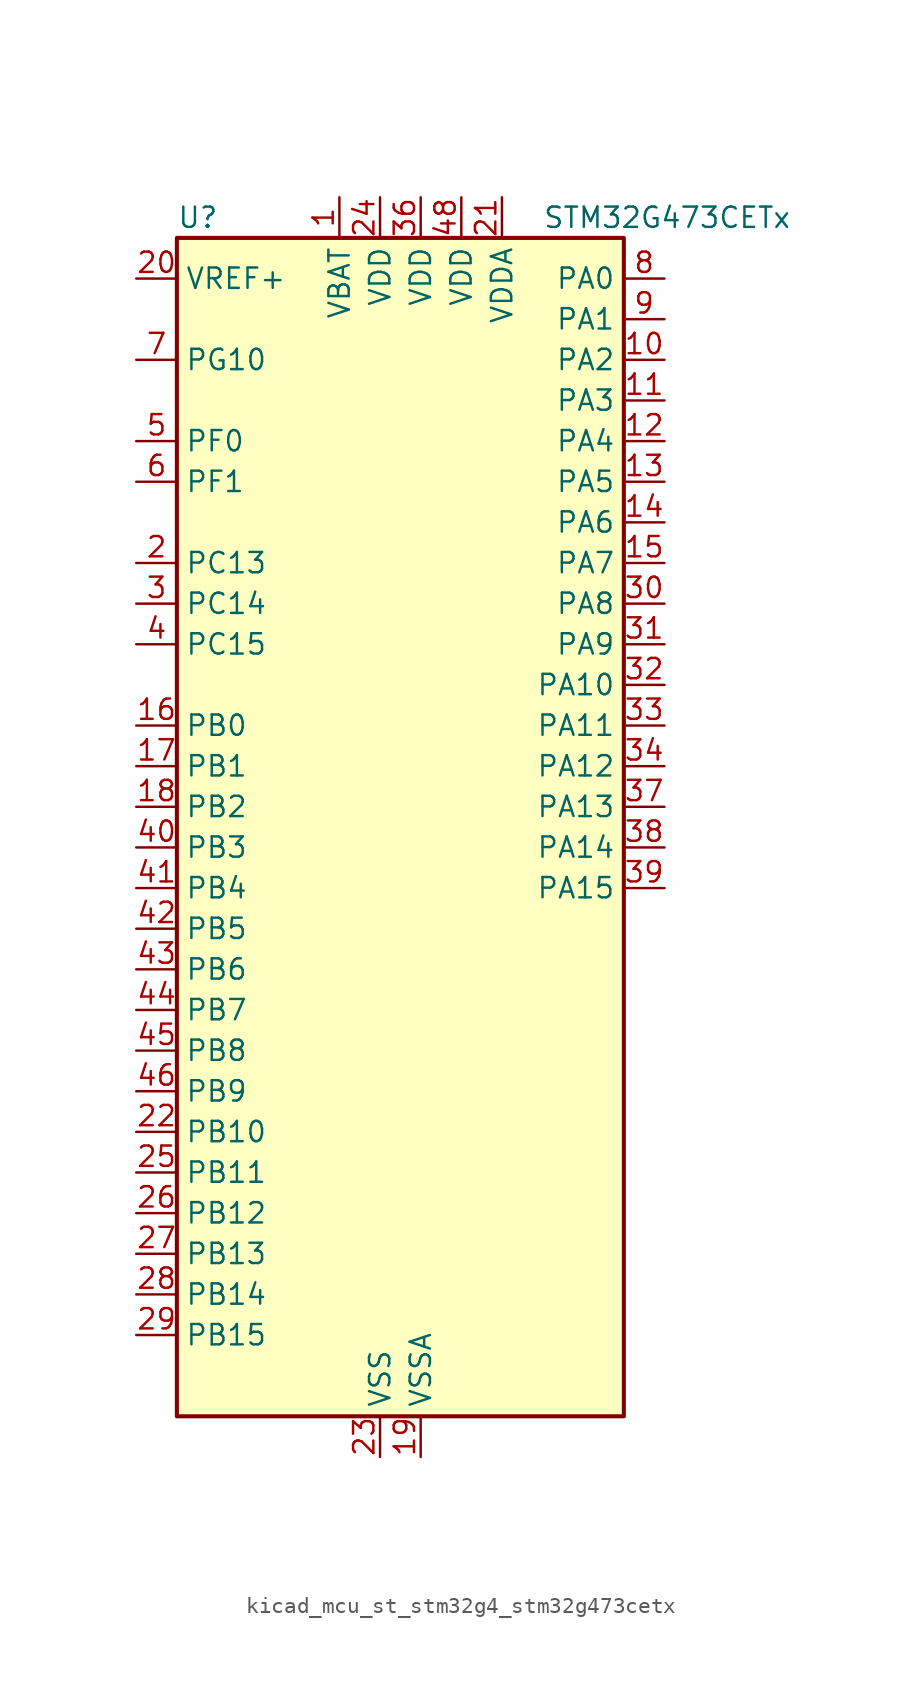
<source format=kicad_sym>
(kicad_symbol_lib
  (version 20220914)
  (generator kicad_symbol_editor)
  (symbol "kicad_mcu_st_stm32g4_stm32g473cetx"
    (property "Reference" "U"
      (at -12.7 39.37 0)
      (effects (font (size 1.27 1.27)) (justify left)))
    (property "Value" "STM32G473CETx"
      (at 10.16 39.37 0)
      (effects (font (size 1.27 1.27)) (justify left)))
    (property "ki_locked" ""
      (at 0 0 0)
      (effects (font (size 1.27 1.27))))
    (symbol "kicad_mcu_st_stm32g4_stm32g473cetx_0_1"
      (rectangle (start -12.7 -35.56) (end 15.24 38.1) (stroke (width 0.254) (type default)) (fill (type background))))
    (symbol "kicad_mcu_st_stm32g4_stm32g473cetx_1_1"
      (pin power_in line (at -2.54 40.64 270) (length 2.54) (name "VBAT" (effects (font (size 1.27 1.27)))) (number "1" (effects (font (size 1.27 1.27)))))
      (pin bidirectional line (at 17.78 30.48 180) (length 2.54) (name "PA2" (effects (font (size 1.27 1.27)))) (number "10" (effects (font (size 1.27 1.27)))) (alternate "ADC1_IN3" bidirectional line) (alternate "ADC3_EXTI2" bidirectional line) (alternate "ADC4_EXTI2" bidirectional line) (alternate "ADC5_EXTI2" bidirectional line) (alternate "COMP2_INM" bidirectional line) (alternate "COMP2_OUT" bidirectional line) (alternate "LPUART1_TX" bidirectional line) (alternate "OPAMP1_VOUT" bidirectional line) (alternate "QUADSPI1_BK1_NCS" bidirectional line) (alternate "RCC_LSCO" bidirectional line) (alternate "SYS_WKUP4" bidirectional line) (alternate "TIM15_CH1" bidirectional line) (alternate "TIM2_CH3" bidirectional line) (alternate "TIM5_CH3" bidirectional line) (alternate "UCPD1_FRSTX1" bidirectional line) (alternate "UCPD1_FRSTX2" bidirectional line) (alternate "USART2_TX" bidirectional line))
      (pin bidirectional line (at 17.78 27.94 180) (length 2.54) (name "PA3" (effects (font (size 1.27 1.27)))) (number "11" (effects (font (size 1.27 1.27)))) (alternate "ADC1_IN4" bidirectional line) (alternate "ADC3_EXTI3" bidirectional line) (alternate "ADC4_EXTI3" bidirectional line) (alternate "ADC5_EXTI3" bidirectional line) (alternate "COMP2_INP" bidirectional line) (alternate "LPUART1_RX" bidirectional line) (alternate "OPAMP1_VINM" bidirectional line) (alternate "OPAMP1_VINM0" bidirectional line) (alternate "OPAMP1_VINM_SEC" bidirectional line) (alternate "OPAMP1_VINP" bidirectional line) (alternate "OPAMP1_VINP_SEC" bidirectional line) (alternate "OPAMP5_VINM" bidirectional line) (alternate "OPAMP5_VINM1" bidirectional line) (alternate "OPAMP5_VINM_SEC" bidirectional line) (alternate "QUADSPI1_CLK" bidirectional line) (alternate "SAI1_CK1" bidirectional line) (alternate "SAI1_MCLK_A" bidirectional line) (alternate "TIM15_CH2" bidirectional line) (alternate "TIM2_CH4" bidirectional line) (alternate "TIM5_CH4" bidirectional line) (alternate "USART2_RX" bidirectional line))
      (pin bidirectional line (at 17.78 25.4 180) (length 2.54) (name "PA4" (effects (font (size 1.27 1.27)))) (number "12" (effects (font (size 1.27 1.27)))) (alternate "ADC2_IN17" bidirectional line) (alternate "COMP1_INM" bidirectional line) (alternate "DAC1_OUT1" bidirectional line) (alternate "I2S3_WS" bidirectional line) (alternate "SAI1_FS_B" bidirectional line) (alternate "SPI1_NSS" bidirectional line) (alternate "SPI3_NSS" bidirectional line) (alternate "TIM3_CH2" bidirectional line) (alternate "USART2_CK" bidirectional line))
      (pin bidirectional line (at 17.78 22.86 180) (length 2.54) (name "PA5" (effects (font (size 1.27 1.27)))) (number "13" (effects (font (size 1.27 1.27)))) (alternate "ADC2_IN13" bidirectional line) (alternate "COMP2_INM" bidirectional line) (alternate "DAC1_OUT2" bidirectional line) (alternate "OPAMP2_VINM" bidirectional line) (alternate "OPAMP2_VINM0" bidirectional line) (alternate "OPAMP2_VINM_SEC" bidirectional line) (alternate "SPI1_SCK" bidirectional line) (alternate "TIM2_CH1" bidirectional line) (alternate "TIM2_ETR" bidirectional line) (alternate "UCPD1_FRSTX1" bidirectional line) (alternate "UCPD1_FRSTX2" bidirectional line))
      (pin bidirectional line (at 17.78 20.32 180) (length 2.54) (name "PA6" (effects (font (size 1.27 1.27)))) (number "14" (effects (font (size 1.27 1.27)))) (alternate "ADC2_IN3" bidirectional line) (alternate "COMP1_OUT" bidirectional line) (alternate "DAC2_OUT1" bidirectional line) (alternate "LPUART1_CTS" bidirectional line) (alternate "OPAMP2_VOUT" bidirectional line) (alternate "QUADSPI1_BK1_IO3" bidirectional line) (alternate "SPI1_MISO" bidirectional line) (alternate "TIM16_CH1" bidirectional line) (alternate "TIM1_BKIN" bidirectional line) (alternate "TIM3_CH1" bidirectional line) (alternate "TIM8_BKIN" bidirectional line))
      (pin bidirectional line (at 17.78 17.78 180) (length 2.54) (name "PA7" (effects (font (size 1.27 1.27)))) (number "15" (effects (font (size 1.27 1.27)))) (alternate "ADC2_IN4" bidirectional line) (alternate "COMP2_INP" bidirectional line) (alternate "COMP2_OUT" bidirectional line) (alternate "OPAMP1_VINP" bidirectional line) (alternate "OPAMP1_VINP_SEC" bidirectional line) (alternate "OPAMP2_VINP" bidirectional line) (alternate "OPAMP2_VINP_SEC" bidirectional line) (alternate "QUADSPI1_BK1_IO2" bidirectional line) (alternate "SPI1_MOSI" bidirectional line) (alternate "TIM17_CH1" bidirectional line) (alternate "TIM1_CH1N" bidirectional line) (alternate "TIM3_CH2" bidirectional line) (alternate "TIM8_CH1N" bidirectional line) (alternate "UCPD1_FRSTX1" bidirectional line) (alternate "UCPD1_FRSTX2" bidirectional line))
      (pin bidirectional line (at -15.24 7.62 0) (length 2.54) (name "PB0" (effects (font (size 1.27 1.27)))) (number "16" (effects (font (size 1.27 1.27)))) (alternate "ADC1_IN15" bidirectional line) (alternate "ADC3_IN12" bidirectional line) (alternate "COMP4_INP" bidirectional line) (alternate "OPAMP2_VINP" bidirectional line) (alternate "OPAMP2_VINP_SEC" bidirectional line) (alternate "OPAMP3_VINP" bidirectional line) (alternate "OPAMP3_VINP_SEC" bidirectional line) (alternate "QUADSPI1_BK1_IO1" bidirectional line) (alternate "TIM1_CH2N" bidirectional line) (alternate "TIM3_CH3" bidirectional line) (alternate "TIM8_CH2N" bidirectional line) (alternate "UCPD1_FRSTX1" bidirectional line) (alternate "UCPD1_FRSTX2" bidirectional line))
      (pin bidirectional line (at -15.24 5.08 0) (length 2.54) (name "PB1" (effects (font (size 1.27 1.27)))) (number "17" (effects (font (size 1.27 1.27)))) (alternate "ADC1_IN12" bidirectional line) (alternate "ADC3_IN1" bidirectional line) (alternate "COMP1_INP" bidirectional line) (alternate "COMP4_OUT" bidirectional line) (alternate "LPUART1_DE" bidirectional line) (alternate "LPUART1_RTS" bidirectional line) (alternate "OPAMP3_VOUT" bidirectional line) (alternate "OPAMP6_VINM" bidirectional line) (alternate "OPAMP6_VINM1" bidirectional line) (alternate "OPAMP6_VINM_SEC" bidirectional line) (alternate "QUADSPI1_BK1_IO0" bidirectional line) (alternate "TIM1_CH3N" bidirectional line) (alternate "TIM3_CH4" bidirectional line) (alternate "TIM8_CH3N" bidirectional line))
      (pin bidirectional line (at -15.24 2.54 0) (length 2.54) (name "PB2" (effects (font (size 1.27 1.27)))) (number "18" (effects (font (size 1.27 1.27)))) (alternate "ADC2_IN12" bidirectional line) (alternate "ADC3_EXTI2" bidirectional line) (alternate "ADC4_EXTI2" bidirectional line) (alternate "ADC5_EXTI2" bidirectional line) (alternate "COMP4_INM" bidirectional line) (alternate "I2C3_SMBA" bidirectional line) (alternate "LPTIM1_OUT" bidirectional line) (alternate "OPAMP3_VINM" bidirectional line) (alternate "OPAMP3_VINM0" bidirectional line) (alternate "OPAMP3_VINM_SEC" bidirectional line) (alternate "QUADSPI1_BK2_IO1" bidirectional line) (alternate "RTC_OUT2" bidirectional line) (alternate "TIM20_CH1" bidirectional line) (alternate "TIM5_CH1" bidirectional line))
      (pin power_in line (at 2.54 -38.1 90) (length 2.54) (name "VSSA" (effects (font (size 1.27 1.27)))) (number "19" (effects (font (size 1.27 1.27)))))
      (pin bidirectional line (at -15.24 17.78 0) (length 2.54) (name "PC13" (effects (font (size 1.27 1.27)))) (number "2" (effects (font (size 1.27 1.27)))) (alternate "RTC_OUT1" bidirectional line) (alternate "RTC_TAMP1" bidirectional line) (alternate "RTC_TS" bidirectional line) (alternate "SYS_WKUP2" bidirectional line) (alternate "TIM1_BKIN" bidirectional line) (alternate "TIM1_CH1N" bidirectional line) (alternate "TIM8_CH4N" bidirectional line))
      (pin input line (at -15.24 35.56 0) (length 2.54) (name "VREF+" (effects (font (size 1.27 1.27)))) (number "20" (effects (font (size 1.27 1.27)))) (alternate "VREFBUF_OUT" bidirectional line))
      (pin power_in line (at 7.62 40.64 270) (length 2.54) (name "VDDA" (effects (font (size 1.27 1.27)))) (number "21" (effects (font (size 1.27 1.27)))))
      (pin bidirectional line (at -15.24 -17.78 0) (length 2.54) (name "PB10" (effects (font (size 1.27 1.27)))) (number "22" (effects (font (size 1.27 1.27)))) (alternate "COMP5_INM" bidirectional line) (alternate "DAC1_EXTI10" bidirectional line) (alternate "DAC2_EXTI10" bidirectional line) (alternate "DAC3_EXTI10" bidirectional line) (alternate "DAC4_EXTI10" bidirectional line) (alternate "LPUART1_RX" bidirectional line) (alternate "OPAMP3_VINM" bidirectional line) (alternate "OPAMP3_VINM1" bidirectional line) (alternate "OPAMP3_VINM_SEC" bidirectional line) (alternate "OPAMP4_VINM" bidirectional line) (alternate "OPAMP4_VINM0" bidirectional line) (alternate "OPAMP4_VINM_SEC" bidirectional line) (alternate "QUADSPI1_CLK" bidirectional line) (alternate "SAI1_SCK_A" bidirectional line) (alternate "TIM1_BKIN" bidirectional line) (alternate "TIM2_CH3" bidirectional line) (alternate "USART3_TX" bidirectional line))
      (pin power_in line (at 0 -38.1 90) (length 2.54) (name "VSS" (effects (font (size 1.27 1.27)))) (number "23" (effects (font (size 1.27 1.27)))))
      (pin power_in line (at 0 40.64 270) (length 2.54) (name "VDD" (effects (font (size 1.27 1.27)))) (number "24" (effects (font (size 1.27 1.27)))))
      (pin bidirectional line (at -15.24 -20.32 0) (length 2.54) (name "PB11" (effects (font (size 1.27 1.27)))) (number "25" (effects (font (size 1.27 1.27)))) (alternate "ADC1_EXTI11" bidirectional line) (alternate "ADC1_IN14" bidirectional line) (alternate "ADC2_EXTI11" bidirectional line) (alternate "ADC2_IN14" bidirectional line) (alternate "COMP6_INP" bidirectional line) (alternate "LPUART1_TX" bidirectional line) (alternate "OPAMP4_VINP" bidirectional line) (alternate "OPAMP4_VINP_SEC" bidirectional line) (alternate "OPAMP6_VOUT" bidirectional line) (alternate "QUADSPI1_BK1_NCS" bidirectional line) (alternate "TIM2_CH4" bidirectional line) (alternate "USART3_RX" bidirectional line))
      (pin bidirectional line (at -15.24 -22.86 0) (length 2.54) (name "PB12" (effects (font (size 1.27 1.27)))) (number "26" (effects (font (size 1.27 1.27)))) (alternate "ADC1_IN11" bidirectional line) (alternate "ADC4_IN3" bidirectional line) (alternate "COMP7_INM" bidirectional line) (alternate "FDCAN2_RX" bidirectional line) (alternate "I2C2_SMBA" bidirectional line) (alternate "I2S2_WS" bidirectional line) (alternate "LPUART1_DE" bidirectional line) (alternate "LPUART1_RTS" bidirectional line) (alternate "OPAMP4_VOUT" bidirectional line) (alternate "OPAMP6_VINP" bidirectional line) (alternate "OPAMP6_VINP_SEC" bidirectional line) (alternate "SPI2_NSS" bidirectional line) (alternate "TIM1_BKIN" bidirectional line) (alternate "TIM5_ETR" bidirectional line) (alternate "USART3_CK" bidirectional line))
      (pin bidirectional line (at -15.24 -25.4 0) (length 2.54) (name "PB13" (effects (font (size 1.27 1.27)))) (number "27" (effects (font (size 1.27 1.27)))) (alternate "ADC3_IN5" bidirectional line) (alternate "COMP5_INP" bidirectional line) (alternate "FDCAN2_TX" bidirectional line) (alternate "I2S2_CK" bidirectional line) (alternate "LPUART1_CTS" bidirectional line) (alternate "OPAMP3_VINP" bidirectional line) (alternate "OPAMP3_VINP_SEC" bidirectional line) (alternate "OPAMP4_VINP" bidirectional line) (alternate "OPAMP4_VINP_SEC" bidirectional line) (alternate "OPAMP6_VINP" bidirectional line) (alternate "OPAMP6_VINP_SEC" bidirectional line) (alternate "SPI2_SCK" bidirectional line) (alternate "TIM1_CH1N" bidirectional line) (alternate "USART3_CTS" bidirectional line) (alternate "USART3_NSS" bidirectional line))
      (pin bidirectional line (at -15.24 -27.94 0) (length 2.54) (name "PB14" (effects (font (size 1.27 1.27)))) (number "28" (effects (font (size 1.27 1.27)))) (alternate "ADC1_IN5" bidirectional line) (alternate "ADC4_IN4" bidirectional line) (alternate "COMP4_OUT" bidirectional line) (alternate "COMP7_INP" bidirectional line) (alternate "OPAMP2_VINP" bidirectional line) (alternate "OPAMP2_VINP_SEC" bidirectional line) (alternate "OPAMP5_VINP" bidirectional line) (alternate "OPAMP5_VINP_SEC" bidirectional line) (alternate "SPI2_MISO" bidirectional line) (alternate "TIM15_CH1" bidirectional line) (alternate "TIM1_CH2N" bidirectional line) (alternate "USART3_DE" bidirectional line) (alternate "USART3_RTS" bidirectional line))
      (pin bidirectional line (at -15.24 -30.48 0) (length 2.54) (name "PB15" (effects (font (size 1.27 1.27)))) (number "29" (effects (font (size 1.27 1.27)))) (alternate "ADC1_EXTI15" bidirectional line) (alternate "ADC2_EXTI15" bidirectional line) (alternate "ADC2_IN15" bidirectional line) (alternate "ADC4_IN5" bidirectional line) (alternate "COMP3_OUT" bidirectional line) (alternate "COMP6_INM" bidirectional line) (alternate "I2S2_SD" bidirectional line) (alternate "OPAMP5_VINM" bidirectional line) (alternate "OPAMP5_VINM0" bidirectional line) (alternate "OPAMP5_VINM_SEC" bidirectional line) (alternate "RTC_REFIN" bidirectional line) (alternate "SPI2_MOSI" bidirectional line) (alternate "TIM15_CH1N" bidirectional line) (alternate "TIM15_CH2" bidirectional line) (alternate "TIM1_CH3N" bidirectional line))
      (pin bidirectional line (at -15.24 15.24 0) (length 2.54) (name "PC14" (effects (font (size 1.27 1.27)))) (number "3" (effects (font (size 1.27 1.27)))) (alternate "RCC_OSC32_IN" bidirectional line))
      (pin bidirectional line (at 17.78 15.24 180) (length 2.54) (name "PA8" (effects (font (size 1.27 1.27)))) (number "30" (effects (font (size 1.27 1.27)))) (alternate "ADC5_IN1" bidirectional line) (alternate "COMP7_OUT" bidirectional line) (alternate "FDCAN3_RX" bidirectional line) (alternate "I2C2_SDA" bidirectional line) (alternate "I2C3_SCL" bidirectional line) (alternate "I2S2_MCK" bidirectional line) (alternate "OPAMP5_VOUT" bidirectional line) (alternate "RCC_MCO" bidirectional line) (alternate "SAI1_CK2" bidirectional line) (alternate "SAI1_SCK_A" bidirectional line) (alternate "TIM1_CH1" bidirectional line) (alternate "TIM4_ETR" bidirectional line) (alternate "USART1_CK" bidirectional line))
      (pin bidirectional line (at 17.78 12.7 180) (length 2.54) (name "PA9" (effects (font (size 1.27 1.27)))) (number "31" (effects (font (size 1.27 1.27)))) (alternate "ADC5_IN2" bidirectional line) (alternate "COMP5_OUT" bidirectional line) (alternate "DAC1_EXTI9" bidirectional line) (alternate "DAC2_EXTI9" bidirectional line) (alternate "DAC3_EXTI9" bidirectional line) (alternate "DAC4_EXTI9" bidirectional line) (alternate "I2C2_SCL" bidirectional line) (alternate "I2C3_SMBA" bidirectional line) (alternate "I2S3_MCK" bidirectional line) (alternate "SAI1_FS_A" bidirectional line) (alternate "TIM15_BKIN" bidirectional line) (alternate "TIM1_CH2" bidirectional line) (alternate "TIM2_CH3" bidirectional line) (alternate "UCPD1_DBCC1" bidirectional line) (alternate "USART1_TX" bidirectional line))
      (pin bidirectional line (at 17.78 10.16 180) (length 2.54) (name "PA10" (effects (font (size 1.27 1.27)))) (number "32" (effects (font (size 1.27 1.27)))) (alternate "COMP6_OUT" bidirectional line) (alternate "CRS_SYNC" bidirectional line) (alternate "DAC1_EXTI10" bidirectional line) (alternate "DAC2_EXTI10" bidirectional line) (alternate "DAC3_EXTI10" bidirectional line) (alternate "DAC4_EXTI10" bidirectional line) (alternate "I2C2_SMBA" bidirectional line) (alternate "SAI1_D1" bidirectional line) (alternate "SAI1_SD_A" bidirectional line) (alternate "SPI2_MISO" bidirectional line) (alternate "TIM17_BKIN" bidirectional line) (alternate "TIM1_CH3" bidirectional line) (alternate "TIM2_CH4" bidirectional line) (alternate "TIM8_BKIN" bidirectional line) (alternate "UCPD1_DBCC2" bidirectional line) (alternate "USART1_RX" bidirectional line))
      (pin bidirectional line (at 17.78 7.62 180) (length 2.54) (name "PA11" (effects (font (size 1.27 1.27)))) (number "33" (effects (font (size 1.27 1.27)))) (alternate "ADC1_EXTI11" bidirectional line) (alternate "ADC2_EXTI11" bidirectional line) (alternate "COMP1_OUT" bidirectional line) (alternate "FDCAN1_RX" bidirectional line) (alternate "I2S2_SD" bidirectional line) (alternate "SPI2_MOSI" bidirectional line) (alternate "TIM1_BKIN2" bidirectional line) (alternate "TIM1_CH1N" bidirectional line) (alternate "TIM1_CH4" bidirectional line) (alternate "TIM4_CH1" bidirectional line) (alternate "USART1_CTS" bidirectional line) (alternate "USART1_NSS" bidirectional line) (alternate "USB_DM" bidirectional line))
      (pin bidirectional line (at 17.78 5.08 180) (length 2.54) (name "PA12" (effects (font (size 1.27 1.27)))) (number "34" (effects (font (size 1.27 1.27)))) (alternate "COMP2_OUT" bidirectional line) (alternate "FDCAN1_TX" bidirectional line) (alternate "I2S_CKIN" bidirectional line) (alternate "TIM16_CH1" bidirectional line) (alternate "TIM1_CH2N" bidirectional line) (alternate "TIM1_ETR" bidirectional line) (alternate "TIM4_CH2" bidirectional line) (alternate "USART1_DE" bidirectional line) (alternate "USART1_RTS" bidirectional line) (alternate "USB_DP" bidirectional line))
      (pin passive line (at 0 -38.1 90) (length 2.54) hide (name "VSS" (effects (font (size 1.27 1.27)))) (number "35" (effects (font (size 1.27 1.27)))))
      (pin power_in line (at 2.54 40.64 270) (length 2.54) (name "VDD" (effects (font (size 1.27 1.27)))) (number "36" (effects (font (size 1.27 1.27)))))
      (pin bidirectional line (at 17.78 2.54 180) (length 2.54) (name "PA13" (effects (font (size 1.27 1.27)))) (number "37" (effects (font (size 1.27 1.27)))) (alternate "I2C1_SCL" bidirectional line) (alternate "I2C4_SCL" bidirectional line) (alternate "IR_OUT" bidirectional line) (alternate "SAI1_SD_B" bidirectional line) (alternate "SYS_JTMS-SWDIO" bidirectional line) (alternate "TIM16_CH1N" bidirectional line) (alternate "TIM4_CH3" bidirectional line) (alternate "USART3_CTS" bidirectional line) (alternate "USART3_NSS" bidirectional line))
      (pin bidirectional line (at 17.78 0 180) (length 2.54) (name "PA14" (effects (font (size 1.27 1.27)))) (number "38" (effects (font (size 1.27 1.27)))) (alternate "I2C1_SDA" bidirectional line) (alternate "I2C4_SMBA" bidirectional line) (alternate "LPTIM1_OUT" bidirectional line) (alternate "SAI1_FS_B" bidirectional line) (alternate "SYS_JTCK-SWCLK" bidirectional line) (alternate "TIM1_BKIN" bidirectional line) (alternate "TIM8_CH2" bidirectional line) (alternate "USART2_TX" bidirectional line))
      (pin bidirectional line (at 17.78 -2.54 180) (length 2.54) (name "PA15" (effects (font (size 1.27 1.27)))) (number "39" (effects (font (size 1.27 1.27)))) (alternate "ADC1_EXTI15" bidirectional line) (alternate "ADC2_EXTI15" bidirectional line) (alternate "FDCAN3_TX" bidirectional line) (alternate "I2C1_SCL" bidirectional line) (alternate "I2S3_WS" bidirectional line) (alternate "SPI1_NSS" bidirectional line) (alternate "SPI3_NSS" bidirectional line) (alternate "SYS_JTDI" bidirectional line) (alternate "TIM1_BKIN" bidirectional line) (alternate "TIM2_CH1" bidirectional line) (alternate "TIM2_ETR" bidirectional line) (alternate "TIM8_CH1" bidirectional line) (alternate "USART2_RX" bidirectional line))
      (pin bidirectional line (at -15.24 12.7 0) (length 2.54) (name "PC15" (effects (font (size 1.27 1.27)))) (number "4" (effects (font (size 1.27 1.27)))) (alternate "ADC1_EXTI15" bidirectional line) (alternate "ADC2_EXTI15" bidirectional line) (alternate "RCC_OSC32_OUT" bidirectional line))
      (pin bidirectional line (at -15.24 0 0) (length 2.54) (name "PB3" (effects (font (size 1.27 1.27)))) (number "40" (effects (font (size 1.27 1.27)))) (alternate "ADC3_EXTI3" bidirectional line) (alternate "ADC4_EXTI3" bidirectional line) (alternate "ADC5_EXTI3" bidirectional line) (alternate "CRS_SYNC" bidirectional line) (alternate "FDCAN3_RX" bidirectional line) (alternate "I2S3_CK" bidirectional line) (alternate "SAI1_SCK_B" bidirectional line) (alternate "SPI1_SCK" bidirectional line) (alternate "SPI3_SCK" bidirectional line) (alternate "SYS_JTDO-SWO" bidirectional line) (alternate "TIM2_CH2" bidirectional line) (alternate "TIM3_ETR" bidirectional line) (alternate "TIM4_ETR" bidirectional line) (alternate "TIM8_CH1N" bidirectional line) (alternate "USART2_TX" bidirectional line))
      (pin bidirectional line (at -15.24 -2.54 0) (length 2.54) (name "PB4" (effects (font (size 1.27 1.27)))) (number "41" (effects (font (size 1.27 1.27)))) (alternate "FDCAN3_TX" bidirectional line) (alternate "SAI1_MCLK_B" bidirectional line) (alternate "SPI1_MISO" bidirectional line) (alternate "SPI3_MISO" bidirectional line) (alternate "SYS_JTRST" bidirectional line) (alternate "TIM16_CH1" bidirectional line) (alternate "TIM17_BKIN" bidirectional line) (alternate "TIM3_CH1" bidirectional line) (alternate "TIM8_CH2N" bidirectional line) (alternate "UCPD1_CC2" bidirectional line) (alternate "USART2_RX" bidirectional line))
      (pin bidirectional line (at -15.24 -5.08 0) (length 2.54) (name "PB5" (effects (font (size 1.27 1.27)))) (number "42" (effects (font (size 1.27 1.27)))) (alternate "FDCAN2_RX" bidirectional line) (alternate "I2C1_SMBA" bidirectional line) (alternate "I2C3_SDA" bidirectional line) (alternate "I2S3_SD" bidirectional line) (alternate "LPTIM1_IN1" bidirectional line) (alternate "SAI1_SD_B" bidirectional line) (alternate "SPI1_MOSI" bidirectional line) (alternate "SPI3_MOSI" bidirectional line) (alternate "TIM16_BKIN" bidirectional line) (alternate "TIM17_CH1" bidirectional line) (alternate "TIM3_CH2" bidirectional line) (alternate "TIM8_CH3N" bidirectional line) (alternate "USART2_CK" bidirectional line))
      (pin bidirectional line (at -15.24 -7.62 0) (length 2.54) (name "PB6" (effects (font (size 1.27 1.27)))) (number "43" (effects (font (size 1.27 1.27)))) (alternate "COMP4_OUT" bidirectional line) (alternate "FDCAN2_TX" bidirectional line) (alternate "LPTIM1_ETR" bidirectional line) (alternate "SAI1_FS_B" bidirectional line) (alternate "TIM16_CH1N" bidirectional line) (alternate "TIM4_CH1" bidirectional line) (alternate "TIM8_BKIN2" bidirectional line) (alternate "TIM8_CH1" bidirectional line) (alternate "TIM8_ETR" bidirectional line) (alternate "UCPD1_CC1" bidirectional line) (alternate "USART1_TX" bidirectional line))
      (pin bidirectional line (at -15.24 -10.16 0) (length 2.54) (name "PB7" (effects (font (size 1.27 1.27)))) (number "44" (effects (font (size 1.27 1.27)))) (alternate "COMP3_OUT" bidirectional line) (alternate "I2C1_SDA" bidirectional line) (alternate "I2C4_SDA" bidirectional line) (alternate "LPTIM1_IN2" bidirectional line) (alternate "SYS_PVD_IN" bidirectional line) (alternate "TIM17_CH1N" bidirectional line) (alternate "TIM3_CH4" bidirectional line) (alternate "TIM4_CH2" bidirectional line) (alternate "TIM8_BKIN" bidirectional line) (alternate "USART1_RX" bidirectional line))
      (pin bidirectional line (at -15.24 -12.7 0) (length 2.54) (name "PB8" (effects (font (size 1.27 1.27)))) (number "45" (effects (font (size 1.27 1.27)))) (alternate "COMP1_OUT" bidirectional line) (alternate "FDCAN1_RX" bidirectional line) (alternate "I2C1_SCL" bidirectional line) (alternate "SAI1_CK1" bidirectional line) (alternate "SAI1_MCLK_A" bidirectional line) (alternate "TIM16_CH1" bidirectional line) (alternate "TIM1_BKIN" bidirectional line) (alternate "TIM4_CH3" bidirectional line) (alternate "TIM8_CH2" bidirectional line) (alternate "USART3_RX" bidirectional line))
      (pin bidirectional line (at -15.24 -15.24 0) (length 2.54) (name "PB9" (effects (font (size 1.27 1.27)))) (number "46" (effects (font (size 1.27 1.27)))) (alternate "COMP2_OUT" bidirectional line) (alternate "DAC1_EXTI9" bidirectional line) (alternate "DAC2_EXTI9" bidirectional line) (alternate "DAC3_EXTI9" bidirectional line) (alternate "DAC4_EXTI9" bidirectional line) (alternate "FDCAN1_TX" bidirectional line) (alternate "I2C1_SDA" bidirectional line) (alternate "IR_OUT" bidirectional line) (alternate "SAI1_D2" bidirectional line) (alternate "SAI1_FS_A" bidirectional line) (alternate "TIM17_CH1" bidirectional line) (alternate "TIM1_CH3N" bidirectional line) (alternate "TIM4_CH4" bidirectional line) (alternate "TIM8_CH3" bidirectional line) (alternate "USART3_TX" bidirectional line))
      (pin passive line (at 0 -38.1 90) (length 2.54) hide (name "VSS" (effects (font (size 1.27 1.27)))) (number "47" (effects (font (size 1.27 1.27)))))
      (pin power_in line (at 5.08 40.64 270) (length 2.54) (name "VDD" (effects (font (size 1.27 1.27)))) (number "48" (effects (font (size 1.27 1.27)))))
      (pin bidirectional line (at -15.24 25.4 0) (length 2.54) (name "PF0" (effects (font (size 1.27 1.27)))) (number "5" (effects (font (size 1.27 1.27)))) (alternate "ADC1_IN10" bidirectional line) (alternate "I2C2_SDA" bidirectional line) (alternate "I2S2_WS" bidirectional line) (alternate "RCC_OSC_IN" bidirectional line) (alternate "SPI2_NSS" bidirectional line) (alternate "TIM1_CH3N" bidirectional line))
      (pin bidirectional line (at -15.24 22.86 0) (length 2.54) (name "PF1" (effects (font (size 1.27 1.27)))) (number "6" (effects (font (size 1.27 1.27)))) (alternate "ADC2_IN10" bidirectional line) (alternate "COMP3_INM" bidirectional line) (alternate "I2S2_CK" bidirectional line) (alternate "RCC_OSC_OUT" bidirectional line) (alternate "SPI2_SCK" bidirectional line))
      (pin bidirectional line (at -15.24 30.48 0) (length 2.54) (name "PG10" (effects (font (size 1.27 1.27)))) (number "7" (effects (font (size 1.27 1.27)))) (alternate "DAC1_EXTI10" bidirectional line) (alternate "DAC2_EXTI10" bidirectional line) (alternate "DAC3_EXTI10" bidirectional line) (alternate "DAC4_EXTI10" bidirectional line) (alternate "RCC_MCO" bidirectional line))
      (pin bidirectional line (at 17.78 35.56 180) (length 2.54) (name "PA0" (effects (font (size 1.27 1.27)))) (number "8" (effects (font (size 1.27 1.27)))) (alternate "ADC1_IN1" bidirectional line) (alternate "ADC2_IN1" bidirectional line) (alternate "COMP1_INM" bidirectional line) (alternate "COMP1_OUT" bidirectional line) (alternate "COMP3_INP" bidirectional line) (alternate "RTC_TAMP2" bidirectional line) (alternate "SYS_WKUP1" bidirectional line) (alternate "TIM2_CH1" bidirectional line) (alternate "TIM2_ETR" bidirectional line) (alternate "TIM5_CH1" bidirectional line) (alternate "TIM8_BKIN" bidirectional line) (alternate "TIM8_ETR" bidirectional line) (alternate "USART2_CTS" bidirectional line) (alternate "USART2_NSS" bidirectional line))
      (pin bidirectional line (at 17.78 33.02 180) (length 2.54) (name "PA1" (effects (font (size 1.27 1.27)))) (number "9" (effects (font (size 1.27 1.27)))) (alternate "ADC1_IN2" bidirectional line) (alternate "ADC2_IN2" bidirectional line) (alternate "COMP1_INP" bidirectional line) (alternate "OPAMP1_VINP" bidirectional line) (alternate "OPAMP1_VINP_SEC" bidirectional line) (alternate "OPAMP3_VINP" bidirectional line) (alternate "OPAMP3_VINP_SEC" bidirectional line) (alternate "OPAMP6_VINM" bidirectional line) (alternate "OPAMP6_VINM0" bidirectional line) (alternate "OPAMP6_VINM_SEC" bidirectional line) (alternate "RTC_REFIN" bidirectional line) (alternate "TIM15_CH1N" bidirectional line) (alternate "TIM2_CH2" bidirectional line) (alternate "TIM5_CH2" bidirectional line) (alternate "USART2_DE" bidirectional line) (alternate "USART2_RTS" bidirectional line)))))
</source>
